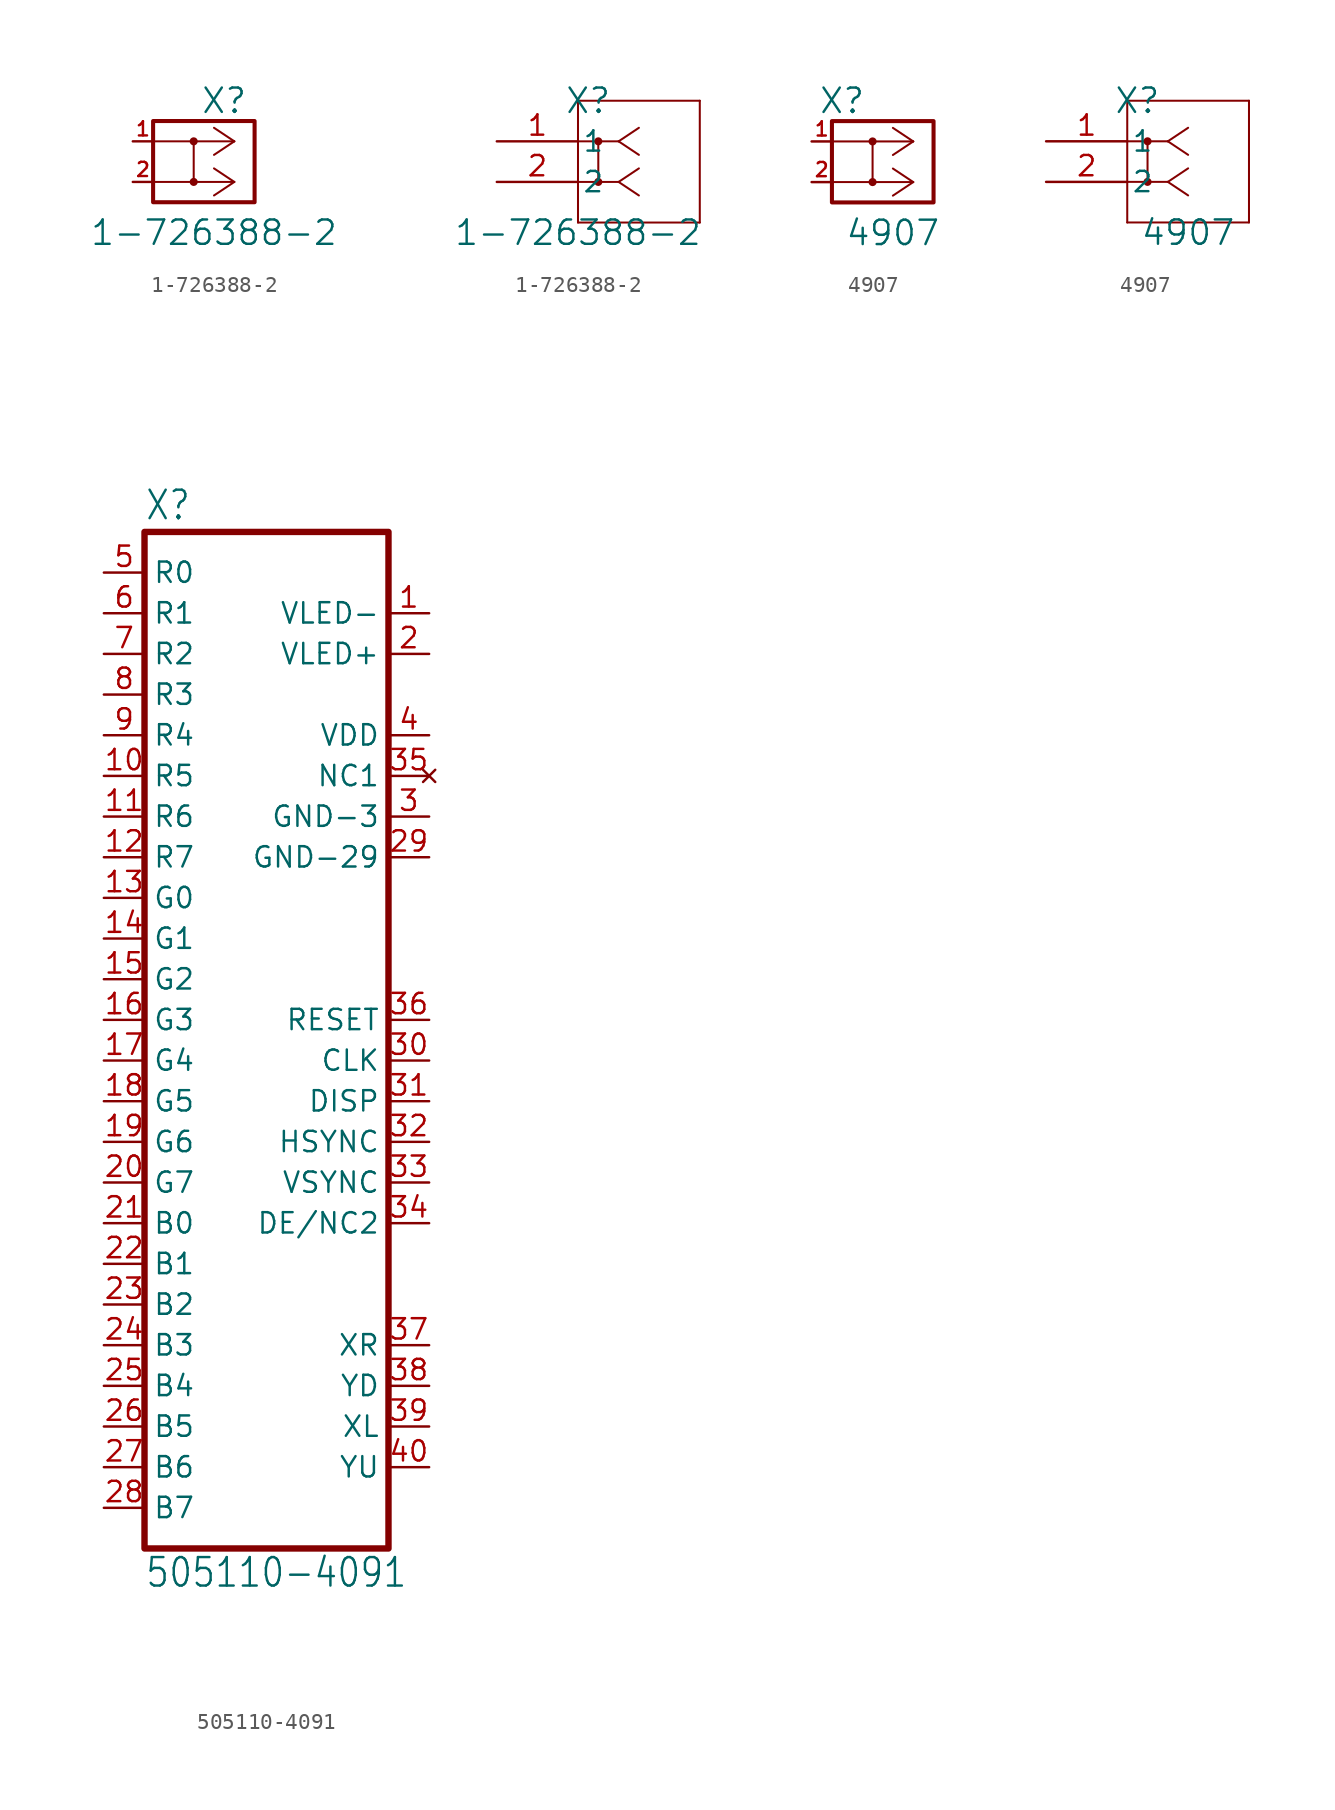
<source format=kicad_sym>
(kicad_symbol_lib
  (version 20220914)
  (generator kicad_symbol_editor)
  (symbol "1-726388-2"
    (pin_names
      (offset 0.254))
    (property "Reference" "X"
      (at 5.715 2.54 0)
      (effects (font (size 1.524 1.524))))
    (property "Value" "1-726388-2"
      (at 5.08 -5.715 0)
      (effects (font (size 1.524 1.524))))
    (symbol "1-726388-2_1_1"
      (polyline (pts (xy 3.81 0) (xy 3.81 -2.54)) (stroke (width 0.127) (type default)) (fill (type none)))
      (polyline (pts (xy 6.35 -2.54) (xy 1.27 -2.54)) (stroke (width 0.127) (type default)) (fill (type none)))
      (polyline (pts (xy 6.35 -2.54) (xy 5.08 -3.387)) (stroke (width 0.127) (type default)) (fill (type none)))
      (polyline (pts (xy 6.35 -2.54) (xy 5.08 -1.693)) (stroke (width 0.127) (type default)) (fill (type none)))
      (polyline (pts (xy 6.35 0) (xy 1.27 0)) (stroke (width 0.127) (type default)) (fill (type none)))
      (polyline (pts (xy 6.35 0) (xy 5.08 -0.847)) (stroke (width 0.127) (type default)) (fill (type none)))
      (polyline (pts (xy 6.35 0) (xy 5.08 0.847)) (stroke (width 0.127) (type default)) (fill (type none)))
      (rectangle (start 1.27 1.27) (end 7.62 -3.81) (stroke (width 0.254) (type default)) (fill (type none)))
      (circle (center 3.81 -2.54) (radius 0.127) (stroke (width 0.254) (type default)) (fill (type none)))
      (circle (center 3.81 0) (radius 0.127) (stroke (width 0.254) (type default)) (fill (type none)))
      (pin passive line (at 0 0 0) (length 1.27) (name "" (effects (font (size 0.889 0.889)))) (number "1" (effects (font (size 0.889 0.889)))))
      (pin passive line (at 0 -2.54 0) (length 1.27) (name "" (effects (font (size 0.889 0.889)))) (number "2" (effects (font (size 0.889 0.889))))))
    (symbol "1-726388-2_1_2"
      (polyline (pts (xy 5.08 -5.08) (xy 12.7 -5.08)) (stroke (width 0.127) (type default)) (fill (type none)))
      (polyline (pts (xy 5.08 2.54) (xy 5.08 -5.08)) (stroke (width 0.127) (type default)) (fill (type none)))
      (polyline (pts (xy 6.35 0) (xy 6.35 -2.54)) (stroke (width 0.127) (type default)) (fill (type none)))
      (polyline (pts (xy 7.62 -2.54) (xy 5.08 -2.54)) (stroke (width 0.127) (type default)) (fill (type none)))
      (polyline (pts (xy 7.62 -2.54) (xy 8.89 -3.387)) (stroke (width 0.127) (type default)) (fill (type none)))
      (polyline (pts (xy 7.62 -2.54) (xy 8.89 -1.693)) (stroke (width 0.127) (type default)) (fill (type none)))
      (polyline (pts (xy 7.62 0) (xy 5.08 0)) (stroke (width 0.127) (type default)) (fill (type none)))
      (polyline (pts (xy 7.62 0) (xy 8.89 -0.847)) (stroke (width 0.127) (type default)) (fill (type none)))
      (polyline (pts (xy 7.62 0) (xy 8.89 0.847)) (stroke (width 0.127) (type default)) (fill (type none)))
      (polyline (pts (xy 12.7 -5.08) (xy 12.7 2.54)) (stroke (width 0.127) (type default)) (fill (type none)))
      (polyline (pts (xy 12.7 2.54) (xy 5.08 2.54)) (stroke (width 0.127) (type default)) (fill (type none)))
      (circle (center 6.35 -2.54) (radius 0.127) (stroke (width 0.254) (type default)) (fill (type none)))
      (circle (center 6.35 0) (radius 0.127) (stroke (width 0.254) (type default)) (fill (type none)))
      (pin unspecified line (at 0 0 0) (length 5.08) (name "1" (effects (font (size 1.27 1.27)))) (number "1" (effects (font (size 1.27 1.27)))))
      (pin unspecified line (at 0 -2.54 0) (length 5.08) (name "2" (effects (font (size 1.27 1.27)))) (number "2" (effects (font (size 1.27 1.27)))))))
  (symbol "4907"
    (pin_names
      (offset 0.254))
    (property "Reference" "X"
      (at 5.715 2.54 0)
      (effects (font (size 1.524 1.524))))
    (property "Value" "4907"
      (at 8.89 -5.715 0)
      (effects (font (size 1.524 1.524))))
    (symbol "4907_1_1"
      (polyline (pts (xy 7.62 0) (xy 7.62 -2.54)) (stroke (width 0.127) (type default)) (fill (type none)))
      (polyline (pts (xy 10.16 -2.54) (xy 5.08 -2.54)) (stroke (width 0.127) (type default)) (fill (type none)))
      (polyline (pts (xy 10.16 -2.54) (xy 8.89 -3.387)) (stroke (width 0.127) (type default)) (fill (type none)))
      (polyline (pts (xy 10.16 -2.54) (xy 8.89 -1.693)) (stroke (width 0.127) (type default)) (fill (type none)))
      (polyline (pts (xy 10.16 0) (xy 5.08 0)) (stroke (width 0.127) (type default)) (fill (type none)))
      (polyline (pts (xy 10.16 0) (xy 8.89 -0.847)) (stroke (width 0.127) (type default)) (fill (type none)))
      (polyline (pts (xy 10.16 0) (xy 8.89 0.847)) (stroke (width 0.127) (type default)) (fill (type none)))
      (rectangle (start 5.08 1.27) (end 11.43 -3.81) (stroke (width 0.254) (type default)) (fill (type none)))
      (circle (center 7.62 -2.54) (radius 0.127) (stroke (width 0.254) (type default)) (fill (type none)))
      (circle (center 7.62 0) (radius 0.127) (stroke (width 0.254) (type default)) (fill (type none)))
      (pin passive line (at 3.81 0 0) (length 1.27) (name "" (effects (font (size 0.889 0.889)))) (number "1" (effects (font (size 0.889 0.889)))))
      (pin passive line (at 3.81 -2.54 0) (length 1.27) (name "" (effects (font (size 0.889 0.889)))) (number "2" (effects (font (size 0.889 0.889))))))
    (symbol "4907_1_2"
      (polyline (pts (xy 5.08 -5.08) (xy 12.7 -5.08)) (stroke (width 0.127) (type default)) (fill (type none)))
      (polyline (pts (xy 5.08 2.54) (xy 5.08 -5.08)) (stroke (width 0.127) (type default)) (fill (type none)))
      (polyline (pts (xy 6.35 0) (xy 6.35 -2.54)) (stroke (width 0.127) (type default)) (fill (type none)))
      (polyline (pts (xy 7.62 -2.54) (xy 5.08 -2.54)) (stroke (width 0.127) (type default)) (fill (type none)))
      (polyline (pts (xy 7.62 -2.54) (xy 8.89 -3.387)) (stroke (width 0.127) (type default)) (fill (type none)))
      (polyline (pts (xy 7.62 -2.54) (xy 8.89 -1.693)) (stroke (width 0.127) (type default)) (fill (type none)))
      (polyline (pts (xy 7.62 0) (xy 5.08 0)) (stroke (width 0.127) (type default)) (fill (type none)))
      (polyline (pts (xy 7.62 0) (xy 8.89 -0.847)) (stroke (width 0.127) (type default)) (fill (type none)))
      (polyline (pts (xy 7.62 0) (xy 8.89 0.847)) (stroke (width 0.127) (type default)) (fill (type none)))
      (polyline (pts (xy 12.7 -5.08) (xy 12.7 2.54)) (stroke (width 0.127) (type default)) (fill (type none)))
      (polyline (pts (xy 12.7 2.54) (xy 5.08 2.54)) (stroke (width 0.127) (type default)) (fill (type none)))
      (circle (center 6.35 -2.54) (radius 0.127) (stroke (width 0.254) (type default)) (fill (type none)))
      (circle (center 6.35 0) (radius 0.127) (stroke (width 0.254) (type default)) (fill (type none)))
      (pin unspecified line (at 0 0 0) (length 5.08) (name "1" (effects (font (size 1.27 1.27)))) (number "1" (effects (font (size 1.27 1.27)))))
      (pin unspecified line (at 0 -2.54 0) (length 5.08) (name "2" (effects (font (size 1.27 1.27)))) (number "2" (effects (font (size 1.27 1.27)))))))
  (symbol "505110-4091"
    (property "Reference" "X"
      (at -10.16 31.115 0)
      (effects (font (size 1.778 1.511)) (justify left bottom)))
    (property "Value" "505110-4091"
      (at -10.16 -35.56 0)
      (effects (font (size 1.778 1.511)) (justify left bottom)))
    (symbol "505110-4091_1_0"
      (pin passive line (at 7.62 25.4 180) (length 2.54) (name "VLED-" (effects (font (size 1.27 1.27)))) (number "1" (effects (font (size 1.27 1.27)))))
      (pin input line (at -12.7 15.24 0) (length 2.54) (name "R5" (effects (font (size 1.27 1.27)))) (number "10" (effects (font (size 1.27 1.27)))))
      (pin input line (at -12.7 12.7 0) (length 2.54) (name "R6" (effects (font (size 1.27 1.27)))) (number "11" (effects (font (size 1.27 1.27)))))
      (pin input line (at -12.7 10.16 0) (length 2.54) (name "R7" (effects (font (size 1.27 1.27)))) (number "12" (effects (font (size 1.27 1.27)))))
      (pin input line (at -12.7 7.62 0) (length 2.54) (name "G0" (effects (font (size 1.27 1.27)))) (number "13" (effects (font (size 1.27 1.27)))))
      (pin input line (at -12.7 5.08 0) (length 2.54) (name "G1" (effects (font (size 1.27 1.27)))) (number "14" (effects (font (size 1.27 1.27)))))
      (pin input line (at -12.7 2.54 0) (length 2.54) (name "G2" (effects (font (size 1.27 1.27)))) (number "15" (effects (font (size 1.27 1.27)))))
      (pin input line (at -12.7 0 0) (length 2.54) (name "G3" (effects (font (size 1.27 1.27)))) (number "16" (effects (font (size 1.27 1.27)))))
      (pin input line (at -12.7 -2.54 0) (length 2.54) (name "G4" (effects (font (size 1.27 1.27)))) (number "17" (effects (font (size 1.27 1.27)))))
      (pin input line (at -12.7 -5.08 0) (length 2.54) (name "G5" (effects (font (size 1.27 1.27)))) (number "18" (effects (font (size 1.27 1.27)))))
      (pin input line (at -12.7 -7.62 0) (length 2.54) (name "G6" (effects (font (size 1.27 1.27)))) (number "19" (effects (font (size 1.27 1.27)))))
      (pin passive line (at 7.62 22.86 180) (length 2.54) (name "VLED+" (effects (font (size 1.27 1.27)))) (number "2" (effects (font (size 1.27 1.27)))))
      (pin input line (at -12.7 -10.16 0) (length 2.54) (name "G7" (effects (font (size 1.27 1.27)))) (number "20" (effects (font (size 1.27 1.27)))))
      (pin input line (at -12.7 -12.7 0) (length 2.54) (name "B0" (effects (font (size 1.27 1.27)))) (number "21" (effects (font (size 1.27 1.27)))))
      (pin input line (at -12.7 -15.24 0) (length 2.54) (name "B1" (effects (font (size 1.27 1.27)))) (number "22" (effects (font (size 1.27 1.27)))))
      (pin input line (at -12.7 -17.78 0) (length 2.54) (name "B2" (effects (font (size 1.27 1.27)))) (number "23" (effects (font (size 1.27 1.27)))))
      (pin input line (at -12.7 -20.32 0) (length 2.54) (name "B3" (effects (font (size 1.27 1.27)))) (number "24" (effects (font (size 1.27 1.27)))))
      (pin input line (at -12.7 -22.86 0) (length 2.54) (name "B4" (effects (font (size 1.27 1.27)))) (number "25" (effects (font (size 1.27 1.27)))))
      (pin input line (at -12.7 -25.4 0) (length 2.54) (name "B5" (effects (font (size 1.27 1.27)))) (number "26" (effects (font (size 1.27 1.27)))))
      (pin input line (at -12.7 -27.94 0) (length 2.54) (name "B6" (effects (font (size 1.27 1.27)))) (number "27" (effects (font (size 1.27 1.27)))))
      (pin input line (at -12.7 -30.48 0) (length 2.54) (name "B7" (effects (font (size 1.27 1.27)))) (number "28" (effects (font (size 1.27 1.27)))))
      (pin power_in line (at 7.62 10.16 180) (length 2.54) (name "GND-29" (effects (font (size 1.27 1.27)))) (number "29" (effects (font (size 1.27 1.27)))))
      (pin power_in line (at 7.62 12.7 180) (length 2.54) (name "GND-3" (effects (font (size 1.27 1.27)))) (number "3" (effects (font (size 1.27 1.27)))))
      (pin input line (at 7.62 -2.54 180) (length 2.54) (name "CLK" (effects (font (size 1.27 1.27)))) (number "30" (effects (font (size 1.27 1.27)))))
      (pin input line (at 7.62 -5.08 180) (length 2.54) (name "DISP" (effects (font (size 1.27 1.27)))) (number "31" (effects (font (size 1.27 1.27)))))
      (pin input line (at 7.62 -7.62 180) (length 2.54) (name "HSYNC" (effects (font (size 1.27 1.27)))) (number "32" (effects (font (size 1.27 1.27)))))
      (pin input line (at 7.62 -10.16 180) (length 2.54) (name "VSYNC" (effects (font (size 1.27 1.27)))) (number "33" (effects (font (size 1.27 1.27)))))
      (pin passive line (at 7.62 -12.7 180) (length 2.54) (name "DE/NC2" (effects (font (size 1.27 1.27)))) (number "34" (effects (font (size 1.27 1.27)))))
      (pin no_connect line (at 7.62 15.24 180) (length 2.54) (name "NC1" (effects (font (size 1.27 1.27)))) (number "35" (effects (font (size 1.27 1.27)))))
      (pin input line (at 7.62 0 180) (length 2.54) (name "RESET" (effects (font (size 1.27 1.27)))) (number "36" (effects (font (size 1.27 1.27)))))
      (pin passive line (at 7.62 -20.32 180) (length 2.54) (name "XR" (effects (font (size 1.27 1.27)))) (number "37" (effects (font (size 1.27 1.27)))))
      (pin passive line (at 7.62 -22.86 180) (length 2.54) (name "YD" (effects (font (size 1.27 1.27)))) (number "38" (effects (font (size 1.27 1.27)))))
      (pin passive line (at 7.62 -25.4 180) (length 2.54) (name "XL" (effects (font (size 1.27 1.27)))) (number "39" (effects (font (size 1.27 1.27)))))
      (pin power_in line (at 7.62 17.78 180) (length 2.54) (name "VDD" (effects (font (size 1.27 1.27)))) (number "4" (effects (font (size 1.27 1.27)))))
      (pin passive line (at 7.62 -27.94 180) (length 2.54) (name "YU" (effects (font (size 1.27 1.27)))) (number "40" (effects (font (size 1.27 1.27)))))
      (pin input line (at -12.7 27.94 0) (length 2.54) (name "R0" (effects (font (size 1.27 1.27)))) (number "5" (effects (font (size 1.27 1.27)))))
      (pin input line (at -12.7 25.4 0) (length 2.54) (name "R1" (effects (font (size 1.27 1.27)))) (number "6" (effects (font (size 1.27 1.27)))))
      (pin input line (at -12.7 22.86 0) (length 2.54) (name "R2" (effects (font (size 1.27 1.27)))) (number "7" (effects (font (size 1.27 1.27)))))
      (pin input line (at -12.7 20.32 0) (length 2.54) (name "R3" (effects (font (size 1.27 1.27)))) (number "8" (effects (font (size 1.27 1.27)))))
      (pin input line (at -12.7 17.78 0) (length 2.54) (name "R4" (effects (font (size 1.27 1.27)))) (number "9" (effects (font (size 1.27 1.27))))))
    (symbol "505110-4091_1_1"
      (rectangle (start -10.16 30.48) (end 5.08 -33.02) (stroke (width 0.4) (type default)) (fill (type none))))))
</source>
